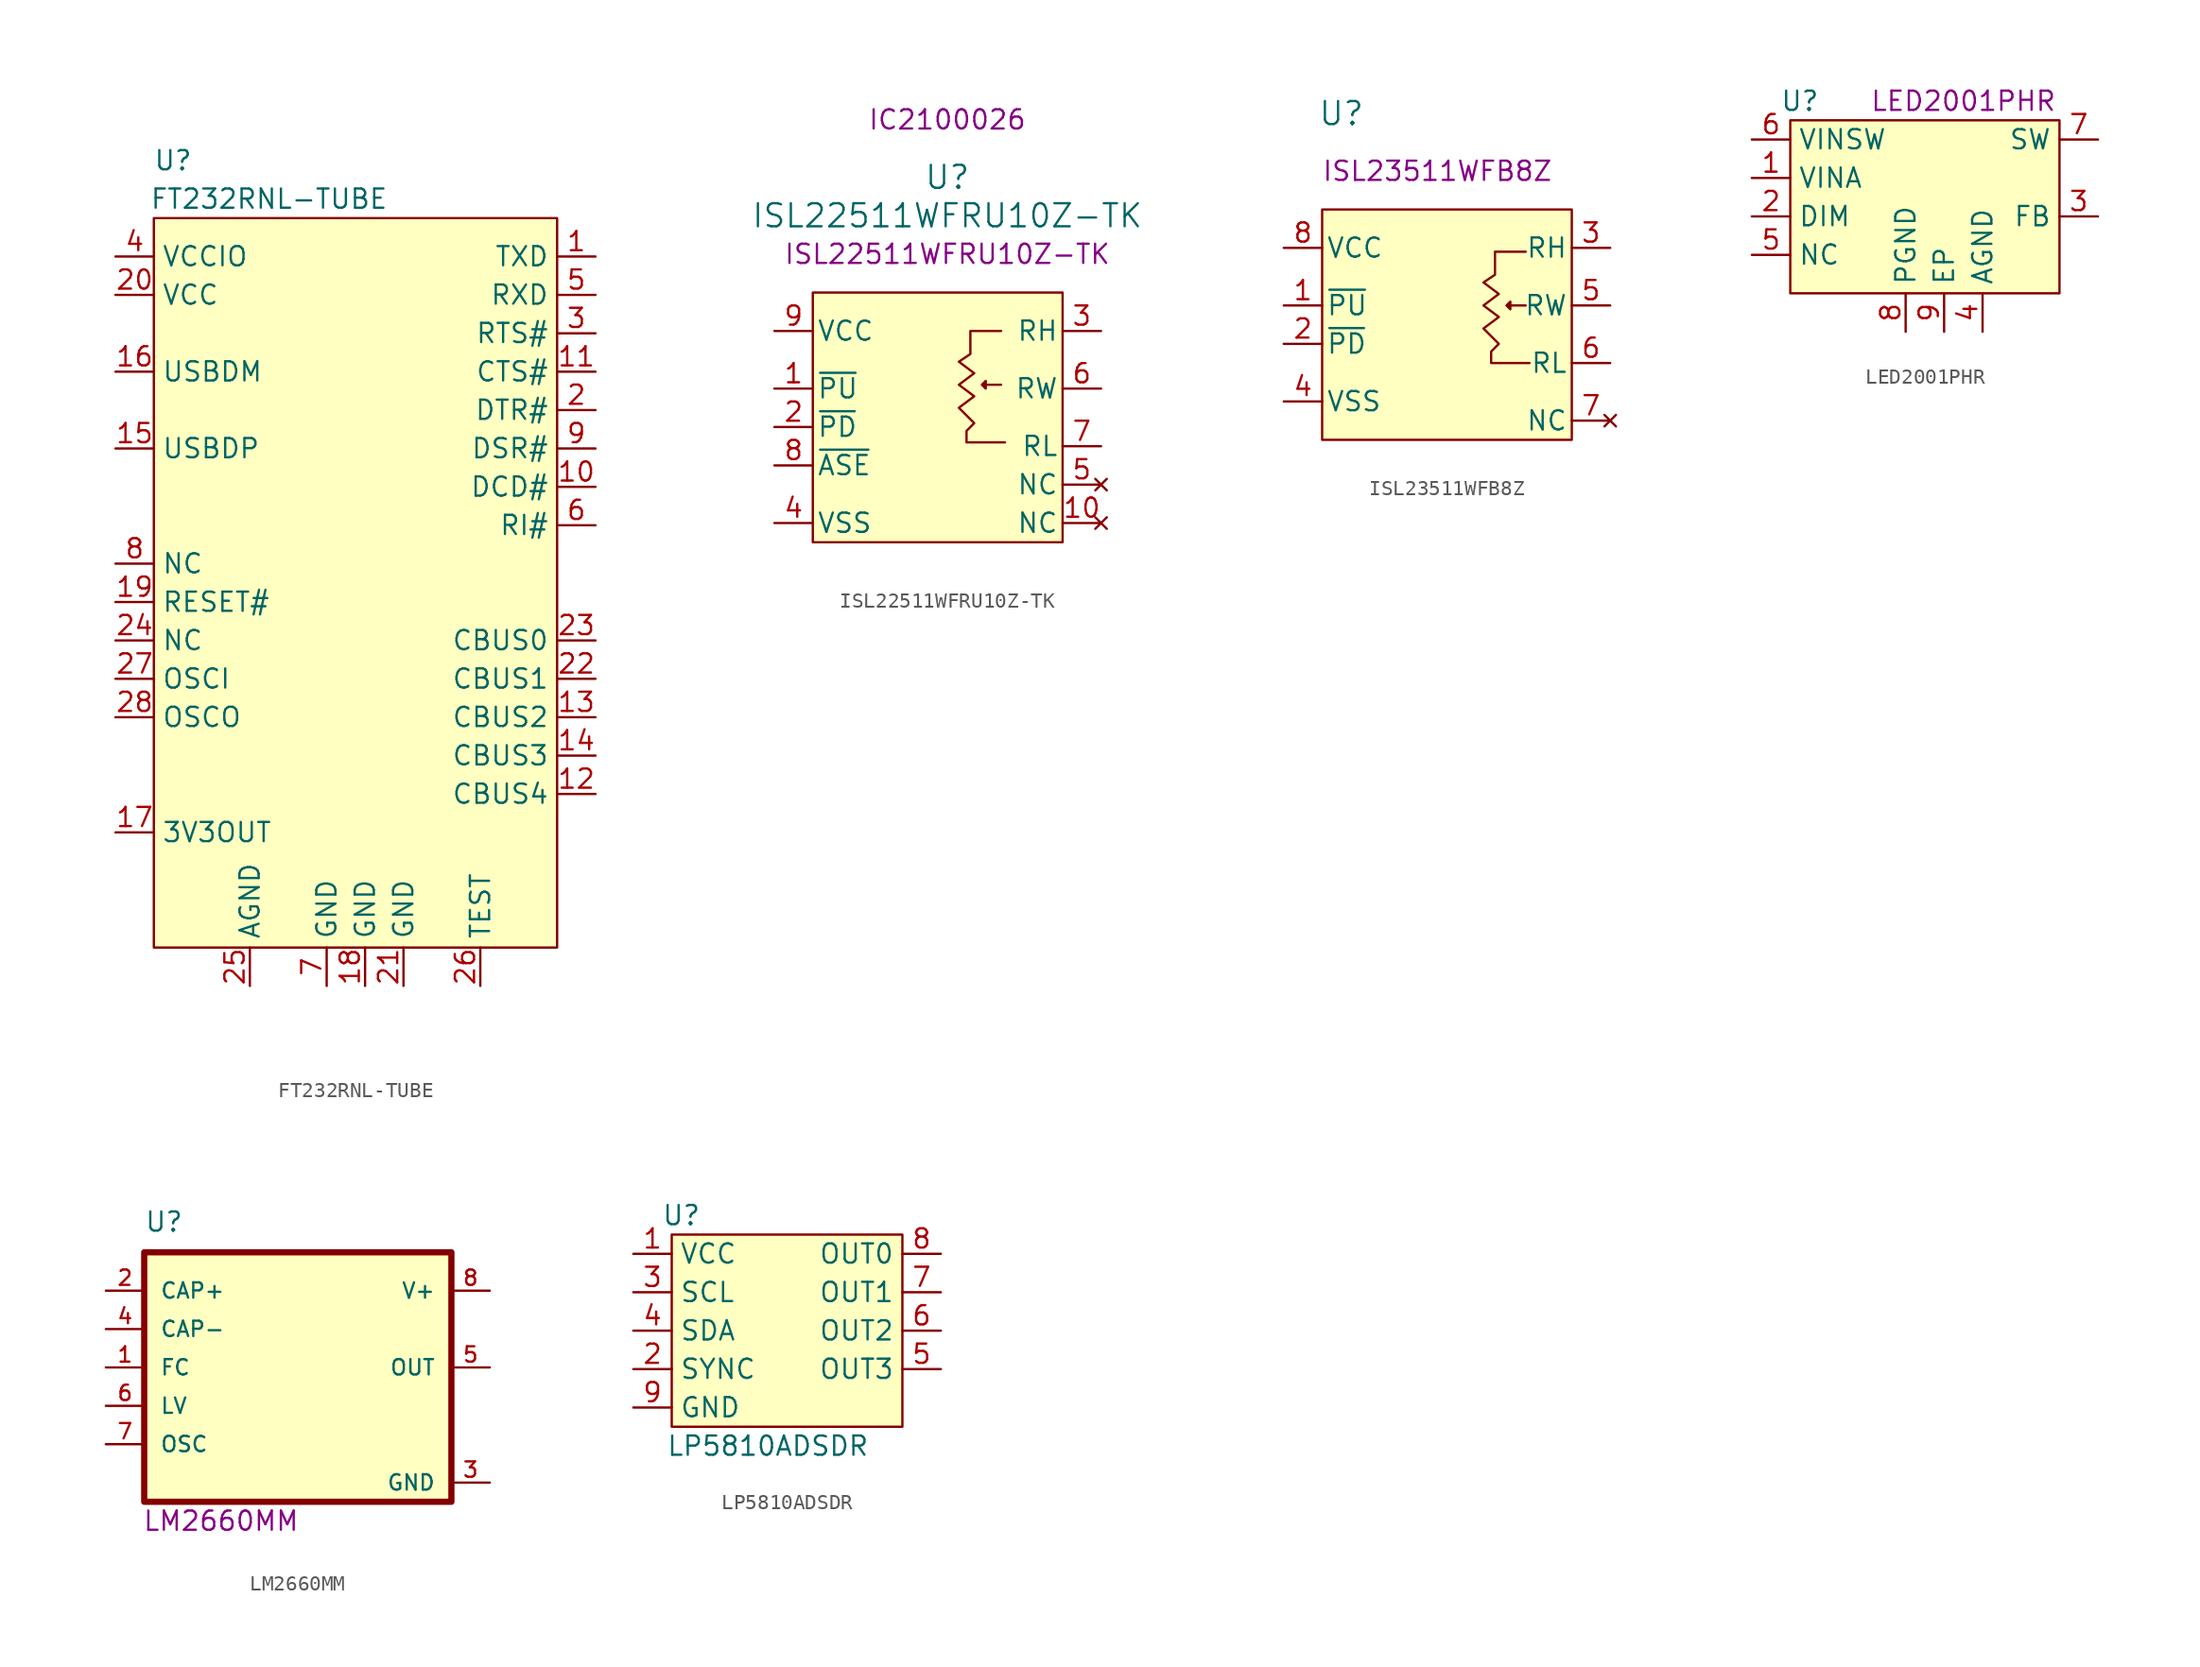
<source format=kicad_sym>
(kicad_symbol_lib
  (version 20241209)
  (generator "kicad_symbol_editor")
  (generator_version "9.0")
  (symbol "FT232RNL-TUBE"
    (property "Reference" "U"
      (at -27.94 6.35 0)
      (effects (font (size 1.27 1.27))))
    (property "Value" "FT232RNL-TUBE"
      (at -21.59 3.81 0)
      (effects (font (size 1.27 1.27))))
    (symbol "FT232RNL-TUBE_0_0"
      (pin passive line (at -31.75 0 0) (length 2.54) (name "VCCIO" (effects (font (size 1.27 1.27)))) (number "4" (effects (font (size 1.27 1.27)))))
      (pin passive line (at -31.75 -2.54 0) (length 2.54) (name "VCC" (effects (font (size 1.27 1.27)))) (number "20" (effects (font (size 1.27 1.27)))))
      (pin passive line (at -31.75 -7.62 0) (length 2.54) (name "USBDM" (effects (font (size 1.27 1.27)))) (number "16" (effects (font (size 1.27 1.27)))))
      (pin passive line (at -31.75 -12.7 0) (length 2.54) (name "USBDP" (effects (font (size 1.27 1.27)))) (number "15" (effects (font (size 1.27 1.27)))))
      (pin passive line (at -31.75 -20.32 0) (length 2.54) (name "NC" (effects (font (size 1.27 1.27)))) (number "8" (effects (font (size 1.27 1.27)))))
      (pin passive line (at -31.75 -22.86 0) (length 2.54) (name "RESET#" (effects (font (size 1.27 1.27)))) (number "19" (effects (font (size 1.27 1.27)))))
      (pin passive line (at -31.75 -25.4 0) (length 2.54) (name "NC" (effects (font (size 1.27 1.27)))) (number "24" (effects (font (size 1.27 1.27)))))
      (pin passive line (at -31.75 -27.94 0) (length 2.54) (name "OSCI" (effects (font (size 1.27 1.27)))) (number "27" (effects (font (size 1.27 1.27)))))
      (pin passive line (at -31.75 -30.48 0) (length 2.54) (name "OSCO" (effects (font (size 1.27 1.27)))) (number "28" (effects (font (size 1.27 1.27)))))
      (pin passive line (at -31.75 -38.1 0) (length 2.54) (name "3V3OUT" (effects (font (size 1.27 1.27)))) (number "17" (effects (font (size 1.27 1.27)))))
      (pin passive line (at -22.86 -48.26 90) (length 2.54) (name "AGND" (effects (font (size 1.27 1.27)))) (number "25" (effects (font (size 1.27 1.27)))))
      (pin passive line (at -17.78 -48.26 90) (length 2.54) (name "GND" (effects (font (size 1.27 1.27)))) (number "7" (effects (font (size 1.27 1.27)))))
      (pin passive line (at -15.24 -48.26 90) (length 2.54) (name "GND" (effects (font (size 1.27 1.27)))) (number "18" (effects (font (size 1.27 1.27)))))
      (pin passive line (at -12.7 -48.26 90) (length 2.54) (name "GND" (effects (font (size 1.27 1.27)))) (number "21" (effects (font (size 1.27 1.27)))))
      (pin passive line (at 0 0 180) (length 2.54) (name "TXD" (effects (font (size 1.27 1.27)))) (number "1" (effects (font (size 1.27 1.27)))))
      (pin passive line (at 0 -2.54 180) (length 2.54) (name "RXD" (effects (font (size 1.27 1.27)))) (number "5" (effects (font (size 1.27 1.27)))))
      (pin passive line (at 0 -5.08 180) (length 2.54) (name "RTS#" (effects (font (size 1.27 1.27)))) (number "3" (effects (font (size 1.27 1.27)))))
      (pin passive line (at 0 -7.62 180) (length 2.54) (name "CTS#" (effects (font (size 1.27 1.27)))) (number "11" (effects (font (size 1.27 1.27)))))
      (pin passive line (at 0 -10.16 180) (length 2.54) (name "DTR#" (effects (font (size 1.27 1.27)))) (number "2" (effects (font (size 1.27 1.27)))))
      (pin passive line (at 0 -12.7 180) (length 2.54) (name "DSR#" (effects (font (size 1.27 1.27)))) (number "9" (effects (font (size 1.27 1.27)))))
      (pin passive line (at 0 -15.24 180) (length 2.54) (name "DCD#" (effects (font (size 1.27 1.27)))) (number "10" (effects (font (size 1.27 1.27)))))
      (pin passive line (at 0 -17.78 180) (length 2.54) (name "RI#" (effects (font (size 1.27 1.27)))) (number "6" (effects (font (size 1.27 1.27)))))
      (pin passive line (at 0 -25.4 180) (length 2.54) (name "CBUS0" (effects (font (size 1.27 1.27)))) (number "23" (effects (font (size 1.27 1.27)))))
      (pin passive line (at 0 -27.94 180) (length 2.54) (name "CBUS1" (effects (font (size 1.27 1.27)))) (number "22" (effects (font (size 1.27 1.27)))))
      (pin passive line (at 0 -30.48 180) (length 2.54) (name "CBUS2" (effects (font (size 1.27 1.27)))) (number "13" (effects (font (size 1.27 1.27)))))
      (pin passive line (at 0 -33.02 180) (length 2.54) (name "CBUS3" (effects (font (size 1.27 1.27)))) (number "14" (effects (font (size 1.27 1.27)))))
      (pin passive line (at 0 -35.56 180) (length 2.54) (name "CBUS4" (effects (font (size 1.27 1.27)))) (number "12" (effects (font (size 1.27 1.27))))))
    (symbol "FT232RNL-TUBE_1_0"
      (pin passive line (at -7.62 -48.26 90) (length 2.54) (name "TEST" (effects (font (size 1.27 1.27)))) (number "26" (effects (font (size 1.27 1.27))))))
    (symbol "FT232RNL-TUBE_1_1"
      (rectangle (start -29.21 2.54) (end -2.54 -45.72) (stroke (width 0) (type default)) (fill (type background)))))
  (symbol "ISL22511WFRU10Z-TK"
    (pin_names
      (offset 0.254))
    (property "Reference" "U"
      (at 1.27 15.24 0)
      (effects (font (size 1.524 1.524))))
    (property "Value" "ISL22511WFRU10Z-TK"
      (at 1.27 12.7 0)
      (effects (font (size 1.524 1.524))))
    (property "PartNumber" "ISL22511WFRU10Z-TK"
      (at 1.27 10.16 0)
      (effects (font (size 1.27 1.27))))
    (property "AdmetecPN" "IC2100026"
      (at 1.27 19.05 0)
      (effects (font (size 1.27 1.27))))
    (symbol "ISL22511WFRU10Z-TK_1_1"
      (rectangle (start -7.62 7.62) (end 8.89 -8.89) (stroke (width 0) (type default)) (fill (type background)))
      (polyline (pts (xy 3.81 1.27) (xy 3.81 1.778) (xy 3.556 1.524) (xy 3.81 1.27)) (stroke (width 0) (type default)) (fill (type outline)))
      (polyline (pts (xy 4.826 1.524) (xy 3.81 1.524)) (stroke (width 0) (type default)) (fill (type none)))
      (polyline (pts (xy 5.08 -2.286) (xy 2.54 -2.286) (xy 2.54 -1.524) (xy 3.048 -1.016) (xy 2.032 0) (xy 3.048 0.762) (xy 2.032 1.524) (xy 3.048 2.286) (xy 2.032 3.048) (xy 2.794 3.556) (xy 2.794 3.556) (xy 2.794 5.08) (xy 4.826 5.08)) (stroke (width 0) (type default)) (fill (type none)))
      (pin passive line (at -10.16 5.08 0) (length 2.54) (name "VCC" (effects (font (size 1.27 1.27)))) (number "9" (effects (font (size 1.27 1.27)))))
      (pin passive line (at -10.16 1.27 0) (length 2.54) (name "~{PU}" (effects (font (size 1.27 1.27)))) (number "1" (effects (font (size 1.27 1.27)))))
      (pin passive line (at -10.16 -1.27 0) (length 2.54) (name "~{PD}" (effects (font (size 1.27 1.27)))) (number "2" (effects (font (size 1.27 1.27)))))
      (pin passive line (at -10.16 -3.81 0) (length 2.54) (name "~{ASE}" (effects (font (size 1.27 1.27)))) (number "8" (effects (font (size 1.27 1.27)))))
      (pin passive line (at -10.16 -7.62 0) (length 2.54) (name "VSS" (effects (font (size 1.27 1.27)))) (number "4" (effects (font (size 1.27 1.27)))))
      (pin passive line (at 11.43 5.08 180) (length 2.54) (name "RH" (effects (font (size 1.27 1.27)))) (number "3" (effects (font (size 1.27 1.27)))))
      (pin passive line (at 11.43 1.27 180) (length 2.54) (name "RW" (effects (font (size 1.27 1.27)))) (number "6" (effects (font (size 1.27 1.27)))))
      (pin passive line (at 11.43 -2.54 180) (length 2.54) (name "RL" (effects (font (size 1.27 1.27)))) (number "7" (effects (font (size 1.27 1.27)))))
      (pin no_connect line (at 11.43 -5.08 180) (length 2.54) (name "NC" (effects (font (size 1.27 1.27)))) (number "5" (effects (font (size 1.27 1.27)))))
      (pin no_connect line (at 11.43 -7.62 180) (length 2.54) (name "NC" (effects (font (size 1.27 1.27)))) (number "10" (effects (font (size 1.27 1.27)))))))
  (symbol "ISL23511WFB8Z"
    (pin_names
      (offset 0.254))
    (property "Reference" "U"
      (at -6.35 13.97 0)
      (effects (font (size 1.524 1.524))))
    (property "PartNumber" "ISL23511WFB8Z"
      (at 0 10.16 0)
      (effects (font (size 1.27 1.27))))
    (symbol "ISL23511WFB8Z_1_1"
      (rectangle (start -7.62 7.62) (end 8.89 -7.62) (stroke (width 0) (type default)) (fill (type background)))
      (polyline (pts (xy 4.826 1.016) (xy 4.826 1.524) (xy 4.572 1.27) (xy 4.826 1.016)) (stroke (width 0) (type default)) (fill (type outline)))
      (polyline (pts (xy 5.842 1.27) (xy 4.826 1.27)) (stroke (width 0) (type default)) (fill (type none)))
      (polyline (pts (xy 6.096 -2.54) (xy 3.556 -2.54) (xy 3.556 -1.778) (xy 4.064 -1.27) (xy 3.048 -0.254) (xy 4.064 0.508) (xy 3.048 1.27) (xy 4.064 2.032) (xy 3.048 2.794) (xy 3.81 3.302) (xy 3.81 3.302) (xy 3.81 4.826) (xy 5.842 4.826)) (stroke (width 0) (type default)) (fill (type none)))
      (pin passive line (at -10.16 5.08 0) (length 2.54) (name "VCC" (effects (font (size 1.27 1.27)))) (number "8" (effects (font (size 1.27 1.27)))))
      (pin passive line (at -10.16 1.27 0) (length 2.54) (name "~{PU}" (effects (font (size 1.27 1.27)))) (number "1" (effects (font (size 1.27 1.27)))))
      (pin passive line (at -10.16 -1.27 0) (length 2.54) (name "~{PD}" (effects (font (size 1.27 1.27)))) (number "2" (effects (font (size 1.27 1.27)))))
      (pin passive line (at -10.16 -5.08 0) (length 2.54) (name "VSS" (effects (font (size 1.27 1.27)))) (number "4" (effects (font (size 1.27 1.27)))))
      (pin passive line (at 11.43 5.08 180) (length 2.54) (name "RH" (effects (font (size 1.27 1.27)))) (number "3" (effects (font (size 1.27 1.27)))))
      (pin passive line (at 11.43 1.27 180) (length 2.54) (name "RW" (effects (font (size 1.27 1.27)))) (number "5" (effects (font (size 1.27 1.27)))))
      (pin passive line (at 11.43 -2.54 180) (length 2.54) (name "RL" (effects (font (size 1.27 1.27)))) (number "6" (effects (font (size 1.27 1.27)))))
      (pin no_connect line (at 11.43 -6.35 180) (length 2.54) (name "NC" (effects (font (size 1.27 1.27)))) (number "7" (effects (font (size 1.27 1.27)))))))
  (symbol "LED2001PHR"
    (property "Reference" "U"
      (at 3.175 5.08 0)
      (effects (font (size 1.27 1.27))))
    (property "PartNumber" "LED2001PHR"
      (at 13.97 5.08 0)
      (effects (font (size 1.27 1.27))))
    (symbol "LED2001PHR_0_0"
      (pin passive line (at 0 2.54 0) (length 2.54) (name "VINSW" (effects (font (size 1.27 1.27)))) (number "6" (effects (font (size 1.27 1.27)))))
      (pin passive line (at 0 0 0) (length 2.54) (name "VINA" (effects (font (size 1.27 1.27)))) (number "1" (effects (font (size 1.27 1.27)))))
      (pin passive line (at 0 -2.54 0) (length 2.54) (name "DIM" (effects (font (size 1.27 1.27)))) (number "2" (effects (font (size 1.27 1.27)))))
      (pin passive line (at 0 -5.08 0) (length 2.54) (name "NC" (effects (font (size 1.27 1.27)))) (number "5" (effects (font (size 1.27 1.27)))))
      (pin passive line (at 10.16 -10.16 90) (length 2.54) (name "PGND" (effects (font (size 1.27 1.27)))) (number "8" (effects (font (size 1.27 1.27)))))
      (pin passive line (at 12.7 -10.16 90) (length 2.54) (name "EP" (effects (font (size 1.27 1.27)))) (number "9" (effects (font (size 1.27 1.27)))))
      (pin passive line (at 22.86 2.54 180) (length 2.54) (name "SW" (effects (font (size 1.27 1.27)))) (number "7" (effects (font (size 1.27 1.27)))))
      (pin passive line (at 22.86 -2.54 180) (length 2.54) (name "FB" (effects (font (size 1.27 1.27)))) (number "3" (effects (font (size 1.27 1.27))))))
    (symbol "LED2001PHR_1_0"
      (pin passive line (at 15.24 -10.16 90) (length 2.54) (name "AGND" (effects (font (size 1.27 1.27)))) (number "4" (effects (font (size 1.27 1.27))))))
    (symbol "LED2001PHR_1_1"
      (rectangle (start 2.54 3.81) (end 20.32 -7.62) (stroke (width 0) (type default)) (fill (type background)))))
  (symbol "LM2660MM"
    (pin_names
      (offset 1.016))
    (property "Reference" "U"
      (at 2.54 8.89 0)
      (effects (font (size 1.27 1.27)) (justify left bottom)))
    (property "PartNumber" "LM2660MM"
      (at 7.62 -10.16 0)
      (effects (font (size 1.27 1.27))))
    (symbol "LM2660MM_0_0"
      (rectangle (start 2.54 7.62) (end 22.86 -8.89) (stroke (width 0.41) (type default)) (fill (type background))))
    (symbol "LM2660MM_1_0"
      (pin input line (at 0 5.08 0) (length 2.54) (name "CAP+" (effects (font (size 1.016 1.016)))) (number "2" (effects (font (size 1.016 1.016)))))
      (pin input line (at 0 2.54 0) (length 2.54) (name "CAP-" (effects (font (size 1.016 1.016)))) (number "4" (effects (font (size 1.016 1.016)))))
      (pin input line (at 0 0 0) (length 2.54) (name "FC" (effects (font (size 1.016 1.016)))) (number "1" (effects (font (size 1.016 1.016)))))
      (pin input line (at 0 -2.54 0) (length 2.54) (name "LV" (effects (font (size 1.016 1.016)))) (number "6" (effects (font (size 1.016 1.016)))))
      (pin input line (at 0 -5.08 0) (length 2.54) (name "OSC" (effects (font (size 1.016 1.016)))) (number "7" (effects (font (size 1.016 1.016)))))
      (pin power_in line (at 25.4 5.08 180) (length 2.54) (name "V+" (effects (font (size 1.016 1.016)))) (number "8" (effects (font (size 1.016 1.016)))))
      (pin output line (at 25.4 0 180) (length 2.54) (name "OUT" (effects (font (size 1.016 1.016)))) (number "5" (effects (font (size 1.016 1.016)))))
      (pin power_in line (at 25.4 -7.62 180) (length 2.54) (name "GND" (effects (font (size 1.016 1.016)))) (number "3" (effects (font (size 1.016 1.016)))))))
  (symbol "LP5810ADSDR"
    (property "Reference" "U"
      (at 3.175 2.54 0)
      (effects (font (size 1.27 1.27))))
    (property "Value" "LP5810ADSDR"
      (at 8.89 -12.7 0)
      (effects (font (size 1.27 1.27))))
    (symbol "LP5810ADSDR_0_0"
      (pin passive line (at 0 0 0) (length 2.54) (name "VCC" (effects (font (size 1.27 1.27)))) (number "1" (effects (font (size 1.27 1.27)))))
      (pin passive line (at 0 -2.54 0) (length 2.54) (name "SCL" (effects (font (size 1.27 1.27)))) (number "3" (effects (font (size 1.27 1.27)))))
      (pin passive line (at 0 -5.08 0) (length 2.54) (name "SDA" (effects (font (size 1.27 1.27)))) (number "4" (effects (font (size 1.27 1.27)))))
      (pin passive line (at 0 -7.62 0) (length 2.54) (name "SYNC" (effects (font (size 1.27 1.27)))) (number "2" (effects (font (size 1.27 1.27)))))
      (pin passive line (at 20.32 0 180) (length 2.54) (name "OUT0" (effects (font (size 1.27 1.27)))) (number "8" (effects (font (size 1.27 1.27)))))
      (pin passive line (at 20.32 -2.54 180) (length 2.54) (name "OUT1" (effects (font (size 1.27 1.27)))) (number "7" (effects (font (size 1.27 1.27)))))
      (pin passive line (at 20.32 -5.08 180) (length 2.54) (name "OUT2" (effects (font (size 1.27 1.27)))) (number "6" (effects (font (size 1.27 1.27)))))
      (pin passive line (at 20.32 -7.62 180) (length 2.54) (name "OUT3" (effects (font (size 1.27 1.27)))) (number "5" (effects (font (size 1.27 1.27))))))
    (symbol "LP5810ADSDR_1_0"
      (pin passive line (at 0 -10.16 0) (length 2.54) (name "GND" (effects (font (size 1.27 1.27)))) (number "9" (effects (font (size 1.27 1.27))))))
    (symbol "LP5810ADSDR_1_1"
      (rectangle (start 2.54 1.27) (end 17.78 -11.43) (stroke (width 0) (type solid)) (fill (type background))))))
</source>
